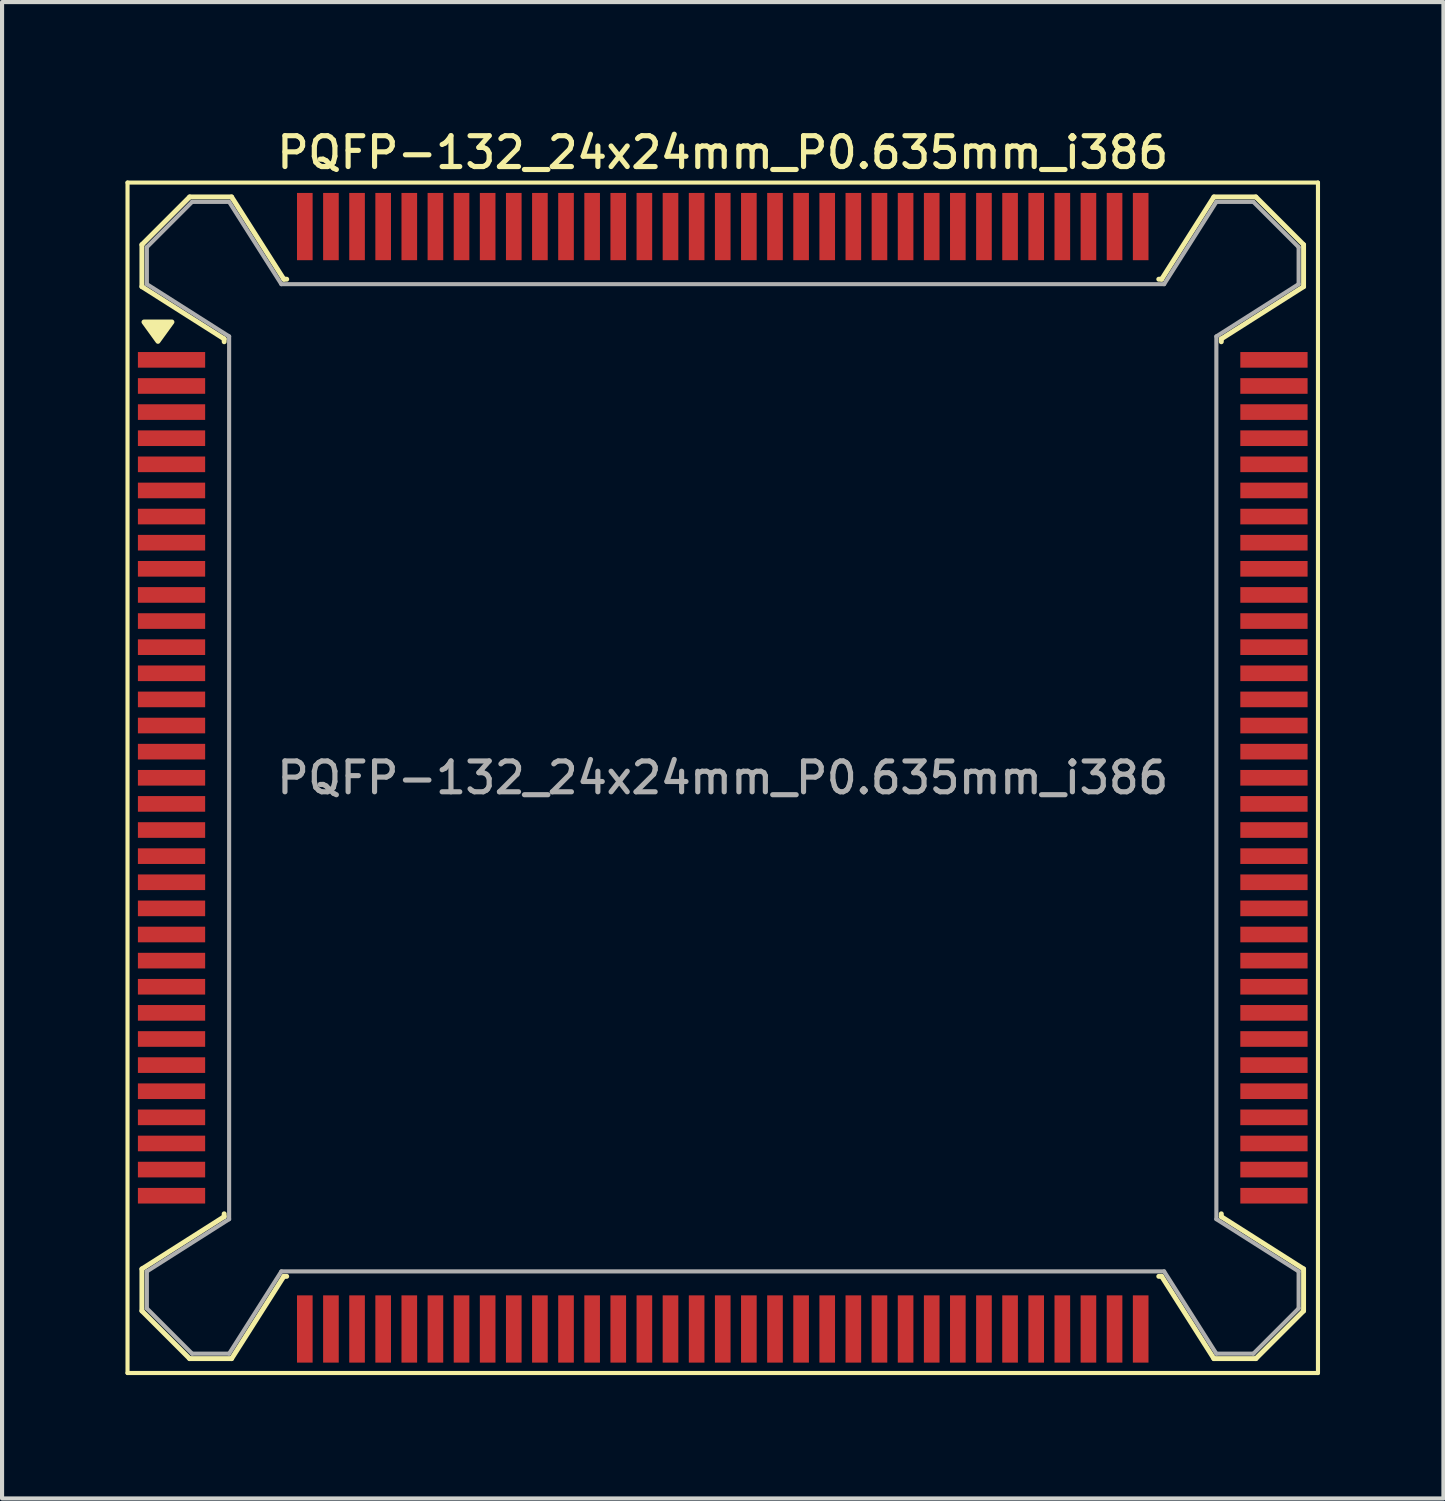
<source format=kicad_pcb>
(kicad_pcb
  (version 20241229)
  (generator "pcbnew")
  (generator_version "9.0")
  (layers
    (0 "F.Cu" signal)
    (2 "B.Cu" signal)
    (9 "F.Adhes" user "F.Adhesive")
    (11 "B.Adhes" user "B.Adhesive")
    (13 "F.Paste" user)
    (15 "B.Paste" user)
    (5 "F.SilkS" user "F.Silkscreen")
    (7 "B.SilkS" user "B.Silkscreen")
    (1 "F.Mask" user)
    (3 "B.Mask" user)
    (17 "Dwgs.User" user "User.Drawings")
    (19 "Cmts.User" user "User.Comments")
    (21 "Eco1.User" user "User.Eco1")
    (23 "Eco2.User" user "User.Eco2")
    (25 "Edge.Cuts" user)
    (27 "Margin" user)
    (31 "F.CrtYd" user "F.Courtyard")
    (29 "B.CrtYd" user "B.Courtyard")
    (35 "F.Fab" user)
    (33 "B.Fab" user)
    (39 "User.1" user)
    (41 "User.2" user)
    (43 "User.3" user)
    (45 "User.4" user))
  (footprint "PQFP-132_24x24mm_P0.635mm_i386"
    (layer "F.Cu")
    (at 14.52 15.858)
    (property "Reference" "PQFP-132_24x24mm_P0.635mm_i386" (at 0 -15.2 0) (layer "F.SilkS") (effects (font (size 0.75 0.75) (thickness 0.125))))
    (attr smd)
    (fp_line (start -14.47 -14.47) (end -14.47 14.47) (stroke (width 0.1) (type solid)) (layer "F.SilkS"))
    (fp_line (start -14.12 -12.96) (end -12.96 -14.12) (stroke (width 0.12) (type solid)) (layer "F.SilkS"))
    (fp_line (start -14.12 -11.94) (end -14.12 -12.96) (stroke (width 0.12) (type solid)) (layer "F.SilkS"))
    (fp_line (start -14.12 -11.94) (end -12.12 -10.67) (stroke (width 0.12) (type solid)) (layer "F.SilkS"))
    (fp_line (start -14.12 11.94) (end -14.12 12.96) (stroke (width 0.12) (type solid)) (layer "F.SilkS"))
    (fp_line (start -14.12 11.94) (end -12.12 10.67) (stroke (width 0.12) (type solid)) (layer "F.SilkS"))
    (fp_line (start -14.12 12.96) (end -12.96 14.12) (stroke (width 0.12) (type solid)) (layer "F.SilkS"))
    (fp_line (start -12.12 -10.67) (end -12.12 -10.6) (stroke (width 0.12) (type solid)) (layer "F.SilkS"))
    (fp_line (start -12.12 10.67) (end -12.12 10.6) (stroke (width 0.12) (type solid)) (layer "F.SilkS"))
    (fp_line (start -11.94 -14.12) (end -12.96 -14.12) (stroke (width 0.12) (type solid)) (layer "F.SilkS"))
    (fp_line (start -11.94 14.12) (end -12.96 14.12) (stroke (width 0.12) (type solid)) (layer "F.SilkS"))
    (fp_line (start -10.67 -12.12) (end -11.94 -14.12) (stroke (width 0.12) (type solid)) (layer "F.SilkS"))
    (fp_line (start -10.67 12.12) (end -11.94 14.12) (stroke (width 0.12) (type solid)) (layer "F.SilkS"))
    (fp_line (start -10.6 -12.12) (end -10.67 -12.12) (stroke (width 0.12) (type solid)) (layer "F.SilkS"))
    (fp_line (start -10.6 12.12) (end -10.67 12.12) (stroke (width 0.12) (type solid)) (layer "F.SilkS"))
    (fp_line (start 10.6 -12.12) (end 10.67 -12.12) (stroke (width 0.12) (type solid)) (layer "F.SilkS"))
    (fp_line (start 10.6 12.12) (end 10.67 12.12) (stroke (width 0.12) (type solid)) (layer "F.SilkS"))
    (fp_line (start 10.67 -12.12) (end 11.94 -14.12) (stroke (width 0.12) (type solid)) (layer "F.SilkS"))
    (fp_line (start 10.67 12.12) (end 11.94 14.12) (stroke (width 0.12) (type solid)) (layer "F.SilkS"))
    (fp_line (start 11.94 -14.12) (end 12.96 -14.12) (stroke (width 0.12) (type solid)) (layer "F.SilkS"))
    (fp_line (start 11.94 14.12) (end 12.96 14.12) (stroke (width 0.12) (type solid)) (layer "F.SilkS"))
    (fp_line (start 12.12 -10.67) (end 12.12 -10.6) (stroke (width 0.12) (type solid)) (layer "F.SilkS"))
    (fp_line (start 12.12 10.67) (end 12.12 10.6) (stroke (width 0.12) (type solid)) (layer "F.SilkS"))
    (fp_line (start 14.12 -12.96) (end 12.96 -14.12) (stroke (width 0.12) (type solid)) (layer "F.SilkS"))
    (fp_line (start 14.12 -11.94) (end 12.12 -10.67) (stroke (width 0.12) (type solid)) (layer "F.SilkS"))
    (fp_line (start 14.12 -11.94) (end 14.12 -12.96) (stroke (width 0.12) (type solid)) (layer "F.SilkS"))
    (fp_line (start 14.12 11.94) (end 12.12 10.67) (stroke (width 0.12) (type solid)) (layer "F.SilkS"))
    (fp_line (start 14.12 11.94) (end 14.12 12.96) (stroke (width 0.12) (type solid)) (layer "F.SilkS"))
    (fp_line (start 14.12 12.96) (end 12.96 14.12) (stroke (width 0.12) (type solid)) (layer "F.SilkS"))
    (fp_line (start 14.47 -14.47) (end -14.47 -14.47) (stroke (width 0.1) (type solid)) (layer "F.SilkS"))
    (fp_line (start 14.47 -14.47) (end 14.47 14.47) (stroke (width 0.1) (type solid)) (layer "F.SilkS"))
    (fp_line (start 14.47 14.47) (end -14.47 14.47) (stroke (width 0.1) (type solid)) (layer "F.SilkS"))
    (fp_poly (pts (xy -13.73 -10.61) (xy -14.07 -11.08) (xy -13.39 -11.08) (xy -13.73 -10.61)) (stroke (width 0.12) (type solid)) (fill yes) (layer "F.SilkS"))
    (fp_line (start -14 -12.9) (end -12.9 -14) (stroke (width 0.1) (type solid)) (layer "F.Fab"))
    (fp_line (start -14 -12) (end -14 -12.9) (stroke (width 0.1) (type solid)) (layer "F.Fab"))
    (fp_line (start -14 -12) (end -12 -10.73) (stroke (width 0.1) (type solid)) (layer "F.Fab"))
    (fp_line (start -14 12) (end -14 12.9) (stroke (width 0.1) (type solid)) (layer "F.Fab"))
    (fp_line (start -14 12) (end -12 10.73) (stroke (width 0.1) (type solid)) (layer "F.Fab"))
    (fp_line (start -14 12.9) (end -12.9 14) (stroke (width 0.1) (type solid)) (layer "F.Fab"))
    (fp_line (start -12.9 -14) (end -12 -14) (stroke (width 0.1) (type solid)) (layer "F.Fab"))
    (fp_line (start -12.9 14) (end -12 14) (stroke (width 0.1) (type solid)) (layer "F.Fab"))
    (fp_line (start -12 -14) (end -10.73 -12) (stroke (width 0.1) (type solid)) (layer "F.Fab"))
    (fp_line (start -12 10.73) (end -12 -10.73) (stroke (width 0.1) (type solid)) (layer "F.Fab"))
    (fp_line (start -12 14) (end -10.73 12) (stroke (width 0.1) (type solid)) (layer "F.Fab"))
    (fp_line (start -10.73 -12) (end 10.73 -12) (stroke (width 0.1) (type solid)) (layer "F.Fab"))
    (fp_line (start 10.73 12) (end -10.73 12) (stroke (width 0.1) (type solid)) (layer "F.Fab"))
    (fp_line (start 12 -14) (end 10.73 -12) (stroke (width 0.1) (type solid)) (layer "F.Fab"))
    (fp_line (start 12 -10.73) (end 12 10.73) (stroke (width 0.1) (type solid)) (layer "F.Fab"))
    (fp_line (start 12 14) (end 10.73 12) (stroke (width 0.1) (type solid)) (layer "F.Fab"))
    (fp_line (start 12.9 -14) (end 12 -14) (stroke (width 0.1) (type solid)) (layer "F.Fab"))
    (fp_line (start 12.9 14) (end 12 14) (stroke (width 0.1) (type solid)) (layer "F.Fab"))
    (fp_line (start 14 -12.9) (end 12.9 -14) (stroke (width 0.1) (type solid)) (layer "F.Fab"))
    (fp_line (start 14 -12) (end 12 -10.73) (stroke (width 0.1) (type solid)) (layer "F.Fab"))
    (fp_line (start 14 -12) (end 14 -12.9) (stroke (width 0.1) (type solid)) (layer "F.Fab"))
    (fp_line (start 14 12) (end 12 10.73) (stroke (width 0.1) (type solid)) (layer "F.Fab"))
    (fp_line (start 14 12) (end 14 12.9) (stroke (width 0.1) (type solid)) (layer "F.Fab"))
    (fp_line (start 14 12.9) (end 12.9 14) (stroke (width 0.1) (type solid)) (layer "F.Fab"))
    (fp_text user "${REFERENCE}" (at 0 0 0) (layer "F.Fab") (effects (font (size 0.75 0.75) (thickness 0.125))))
    (pad "1" smd rect (at -13.4 -10.16) (size 1.635 0.38) (layers "F.Cu" "F.Mask" "F.Paste"))
    (pad "2" smd rect (at -13.4 -9.525) (size 1.635 0.38) (layers "F.Cu" "F.Mask" "F.Paste"))
    (pad "3" smd rect (at -13.4 -8.89) (size 1.635 0.38) (layers "F.Cu" "F.Mask" "F.Paste"))
    (pad "4" smd rect (at -13.4 -8.255) (size 1.635 0.38) (layers "F.Cu" "F.Mask" "F.Paste"))
    (pad "5" smd rect (at -13.4 -7.62) (size 1.635 0.38) (layers "F.Cu" "F.Mask" "F.Paste"))
    (pad "6" smd rect (at -13.4 -6.985) (size 1.635 0.38) (layers "F.Cu" "F.Mask" "F.Paste"))
    (pad "7" smd rect (at -13.4 -6.35) (size 1.635 0.38) (layers "F.Cu" "F.Mask" "F.Paste"))
    (pad "8" smd rect (at -13.4 -5.715) (size 1.635 0.38) (layers "F.Cu" "F.Mask" "F.Paste"))
    (pad "9" smd rect (at -13.4 -5.08) (size 1.635 0.38) (layers "F.Cu" "F.Mask" "F.Paste"))
    (pad "10" smd rect (at -13.4 -4.445) (size 1.635 0.38) (layers "F.Cu" "F.Mask" "F.Paste"))
    (pad "11" smd rect (at -13.4 -3.81) (size 1.635 0.38) (layers "F.Cu" "F.Mask" "F.Paste"))
    (pad "12" smd rect (at -13.4 -3.175) (size 1.635 0.38) (layers "F.Cu" "F.Mask" "F.Paste"))
    (pad "13" smd rect (at -13.4 -2.54) (size 1.635 0.38) (layers "F.Cu" "F.Mask" "F.Paste"))
    (pad "14" smd rect (at -13.4 -1.905) (size 1.635 0.38) (layers "F.Cu" "F.Mask" "F.Paste"))
    (pad "15" smd rect (at -13.4 -1.27) (size 1.635 0.38) (layers "F.Cu" "F.Mask" "F.Paste"))
    (pad "16" smd rect (at -13.4 -0.635) (size 1.635 0.38) (layers "F.Cu" "F.Mask" "F.Paste"))
    (pad "17" smd rect (at -13.4 0) (size 1.635 0.38) (layers "F.Cu" "F.Mask" "F.Paste"))
    (pad "18" smd rect (at -13.4 0.635) (size 1.635 0.38) (layers "F.Cu" "F.Mask" "F.Paste"))
    (pad "19" smd rect (at -13.4 1.27) (size 1.635 0.38) (layers "F.Cu" "F.Mask" "F.Paste"))
    (pad "20" smd rect (at -13.4 1.905) (size 1.635 0.38) (layers "F.Cu" "F.Mask" "F.Paste"))
    (pad "21" smd rect (at -13.4 2.54) (size 1.635 0.38) (layers "F.Cu" "F.Mask" "F.Paste"))
    (pad "22" smd rect (at -13.4 3.175) (size 1.635 0.38) (layers "F.Cu" "F.Mask" "F.Paste"))
    (pad "23" smd rect (at -13.4 3.81) (size 1.635 0.38) (layers "F.Cu" "F.Mask" "F.Paste"))
    (pad "24" smd rect (at -13.4 4.445) (size 1.635 0.38) (layers "F.Cu" "F.Mask" "F.Paste"))
    (pad "25" smd rect (at -13.4 5.08) (size 1.635 0.38) (layers "F.Cu" "F.Mask" "F.Paste"))
    (pad "26" smd rect (at -13.4 5.715) (size 1.635 0.38) (layers "F.Cu" "F.Mask" "F.Paste"))
    (pad "27" smd rect (at -13.4 6.35) (size 1.635 0.38) (layers "F.Cu" "F.Mask" "F.Paste"))
    (pad "28" smd rect (at -13.4 6.985) (size 1.635 0.38) (layers "F.Cu" "F.Mask" "F.Paste"))
    (pad "29" smd rect (at -13.4 7.62) (size 1.635 0.38) (layers "F.Cu" "F.Mask" "F.Paste"))
    (pad "30" smd rect (at -13.4 8.255) (size 1.635 0.38) (layers "F.Cu" "F.Mask" "F.Paste"))
    (pad "31" smd rect (at -13.4 8.89) (size 1.635 0.38) (layers "F.Cu" "F.Mask" "F.Paste"))
    (pad "32" smd rect (at -13.4 9.525) (size 1.635 0.38) (layers "F.Cu" "F.Mask" "F.Paste"))
    (pad "33" smd rect (at -13.4 10.16) (size 1.635 0.38) (layers "F.Cu" "F.Mask" "F.Paste"))
    (pad "34" smd rect (at -10.16 13.4) (size 0.38 1.635) (layers "F.Cu" "F.Mask" "F.Paste"))
    (pad "35" smd rect (at -9.525 13.4) (size 0.38 1.635) (layers "F.Cu" "F.Mask" "F.Paste"))
    (pad "36" smd rect (at -8.89 13.4) (size 0.38 1.635) (layers "F.Cu" "F.Mask" "F.Paste"))
    (pad "37" smd rect (at -8.255 13.4) (size 0.38 1.635) (layers "F.Cu" "F.Mask" "F.Paste"))
    (pad "38" smd rect (at -7.62 13.4) (size 0.38 1.635) (layers "F.Cu" "F.Mask" "F.Paste"))
    (pad "39" smd rect (at -6.985 13.4) (size 0.38 1.635) (layers "F.Cu" "F.Mask" "F.Paste"))
    (pad "40" smd rect (at -6.35 13.4) (size 0.38 1.635) (layers "F.Cu" "F.Mask" "F.Paste"))
    (pad "41" smd rect (at -5.715 13.4) (size 0.38 1.635) (layers "F.Cu" "F.Mask" "F.Paste"))
    (pad "42" smd rect (at -5.08 13.4) (size 0.38 1.635) (layers "F.Cu" "F.Mask" "F.Paste"))
    (pad "43" smd rect (at -4.445 13.4) (size 0.38 1.635) (layers "F.Cu" "F.Mask" "F.Paste"))
    (pad "44" smd rect (at -3.81 13.4) (size 0.38 1.635) (layers "F.Cu" "F.Mask" "F.Paste"))
    (pad "45" smd rect (at -3.175 13.4) (size 0.38 1.635) (layers "F.Cu" "F.Mask" "F.Paste"))
    (pad "46" smd rect (at -2.54 13.4) (size 0.38 1.635) (layers "F.Cu" "F.Mask" "F.Paste"))
    (pad "47" smd rect (at -1.905 13.4) (size 0.38 1.635) (layers "F.Cu" "F.Mask" "F.Paste"))
    (pad "48" smd rect (at -1.27 13.4) (size 0.38 1.635) (layers "F.Cu" "F.Mask" "F.Paste"))
    (pad "49" smd rect (at -0.635 13.4) (size 0.38 1.635) (layers "F.Cu" "F.Mask" "F.Paste"))
    (pad "50" smd rect (at 0 13.4) (size 0.38 1.635) (layers "F.Cu" "F.Mask" "F.Paste"))
    (pad "51" smd rect (at 0.635 13.4) (size 0.38 1.635) (layers "F.Cu" "F.Mask" "F.Paste"))
    (pad "52" smd rect (at 1.27 13.4) (size 0.38 1.635) (layers "F.Cu" "F.Mask" "F.Paste"))
    (pad "53" smd rect (at 1.905 13.4) (size 0.38 1.635) (layers "F.Cu" "F.Mask" "F.Paste"))
    (pad "54" smd rect (at 2.54 13.4) (size 0.38 1.635) (layers "F.Cu" "F.Mask" "F.Paste"))
    (pad "55" smd rect (at 3.175 13.4) (size 0.38 1.635) (layers "F.Cu" "F.Mask" "F.Paste"))
    (pad "56" smd rect (at 3.81 13.4) (size 0.38 1.635) (layers "F.Cu" "F.Mask" "F.Paste"))
    (pad "57" smd rect (at 4.445 13.4) (size 0.38 1.635) (layers "F.Cu" "F.Mask" "F.Paste"))
    (pad "58" smd rect (at 5.08 13.4) (size 0.38 1.635) (layers "F.Cu" "F.Mask" "F.Paste"))
    (pad "59" smd rect (at 5.715 13.4) (size 0.38 1.635) (layers "F.Cu" "F.Mask" "F.Paste"))
    (pad "60" smd rect (at 6.35 13.4) (size 0.38 1.635) (layers "F.Cu" "F.Mask" "F.Paste"))
    (pad "61" smd rect (at 6.985 13.4) (size 0.38 1.635) (layers "F.Cu" "F.Mask" "F.Paste"))
    (pad "62" smd rect (at 7.62 13.4) (size 0.38 1.635) (layers "F.Cu" "F.Mask" "F.Paste"))
    (pad "63" smd rect (at 8.255 13.4) (size 0.38 1.635) (layers "F.Cu" "F.Mask" "F.Paste"))
    (pad "64" smd rect (at 8.89 13.4) (size 0.38 1.635) (layers "F.Cu" "F.Mask" "F.Paste"))
    (pad "65" smd rect (at 9.525 13.4) (size 0.38 1.635) (layers "F.Cu" "F.Mask" "F.Paste"))
    (pad "66" smd rect (at 10.16 13.4) (size 0.38 1.635) (layers "F.Cu" "F.Mask" "F.Paste"))
    (pad "67" smd rect (at 13.4 10.16) (size 1.635 0.38) (layers "F.Cu" "F.Mask" "F.Paste"))
    (pad "68" smd rect (at 13.4 9.525) (size 1.635 0.38) (layers "F.Cu" "F.Mask" "F.Paste"))
    (pad "69" smd rect (at 13.4 8.89) (size 1.635 0.38) (layers "F.Cu" "F.Mask" "F.Paste"))
    (pad "70" smd rect (at 13.4 8.255) (size 1.635 0.38) (layers "F.Cu" "F.Mask" "F.Paste"))
    (pad "71" smd rect (at 13.4 7.62) (size 1.635 0.38) (layers "F.Cu" "F.Mask" "F.Paste"))
    (pad "72" smd rect (at 13.4 6.985) (size 1.635 0.38) (layers "F.Cu" "F.Mask" "F.Paste"))
    (pad "73" smd rect (at 13.4 6.35) (size 1.635 0.38) (layers "F.Cu" "F.Mask" "F.Paste"))
    (pad "74" smd rect (at 13.4 5.715) (size 1.635 0.38) (layers "F.Cu" "F.Mask" "F.Paste"))
    (pad "75" smd rect (at 13.4 5.08) (size 1.635 0.38) (layers "F.Cu" "F.Mask" "F.Paste"))
    (pad "76" smd rect (at 13.4 4.445) (size 1.635 0.38) (layers "F.Cu" "F.Mask" "F.Paste"))
    (pad "77" smd rect (at 13.4 3.81) (size 1.635 0.38) (layers "F.Cu" "F.Mask" "F.Paste"))
    (pad "78" smd rect (at 13.4 3.175) (size 1.635 0.38) (layers "F.Cu" "F.Mask" "F.Paste"))
    (pad "79" smd rect (at 13.4 2.54) (size 1.635 0.38) (layers "F.Cu" "F.Mask" "F.Paste"))
    (pad "80" smd rect (at 13.4 1.905) (size 1.635 0.38) (layers "F.Cu" "F.Mask" "F.Paste"))
    (pad "81" smd rect (at 13.4 1.27) (size 1.635 0.38) (layers "F.Cu" "F.Mask" "F.Paste"))
    (pad "82" smd rect (at 13.4 0.635) (size 1.635 0.38) (layers "F.Cu" "F.Mask" "F.Paste"))
    (pad "83" smd rect (at 13.4 0) (size 1.635 0.38) (layers "F.Cu" "F.Mask" "F.Paste"))
    (pad "84" smd rect (at 13.4 -0.635) (size 1.635 0.38) (layers "F.Cu" "F.Mask" "F.Paste"))
    (pad "85" smd rect (at 13.4 -1.27) (size 1.635 0.38) (layers "F.Cu" "F.Mask" "F.Paste"))
    (pad "86" smd rect (at 13.4 -1.905) (size 1.635 0.38) (layers "F.Cu" "F.Mask" "F.Paste"))
    (pad "87" smd rect (at 13.4 -2.54) (size 1.635 0.38) (layers "F.Cu" "F.Mask" "F.Paste"))
    (pad "88" smd rect (at 13.4 -3.175) (size 1.635 0.38) (layers "F.Cu" "F.Mask" "F.Paste"))
    (pad "89" smd rect (at 13.4 -3.81) (size 1.635 0.38) (layers "F.Cu" "F.Mask" "F.Paste"))
    (pad "90" smd rect (at 13.4 -4.445) (size 1.635 0.38) (layers "F.Cu" "F.Mask" "F.Paste"))
    (pad "91" smd rect (at 13.4 -5.08) (size 1.635 0.38) (layers "F.Cu" "F.Mask" "F.Paste"))
    (pad "92" smd rect (at 13.4 -5.715) (size 1.635 0.38) (layers "F.Cu" "F.Mask" "F.Paste"))
    (pad "93" smd rect (at 13.4 -6.35) (size 1.635 0.38) (layers "F.Cu" "F.Mask" "F.Paste"))
    (pad "94" smd rect (at 13.4 -6.985) (size 1.635 0.38) (layers "F.Cu" "F.Mask" "F.Paste"))
    (pad "95" smd rect (at 13.4 -7.62) (size 1.635 0.38) (layers "F.Cu" "F.Mask" "F.Paste"))
    (pad "96" smd rect (at 13.4 -8.255) (size 1.635 0.38) (layers "F.Cu" "F.Mask" "F.Paste"))
    (pad "97" smd rect (at 13.4 -8.89) (size 1.635 0.38) (layers "F.Cu" "F.Mask" "F.Paste"))
    (pad "98" smd rect (at 13.4 -9.525) (size 1.635 0.38) (layers "F.Cu" "F.Mask" "F.Paste"))
    (pad "99" smd rect (at 13.4 -10.16) (size 1.635 0.38) (layers "F.Cu" "F.Mask" "F.Paste"))
    (pad "100" smd rect (at 10.16 -13.4) (size 0.38 1.635) (layers "F.Cu" "F.Mask" "F.Paste"))
    (pad "101" smd rect (at 9.525 -13.4) (size 0.38 1.635) (layers "F.Cu" "F.Mask" "F.Paste"))
    (pad "102" smd rect (at 8.89 -13.4) (size 0.38 1.635) (layers "F.Cu" "F.Mask" "F.Paste"))
    (pad "103" smd rect (at 8.255 -13.4) (size 0.38 1.635) (layers "F.Cu" "F.Mask" "F.Paste"))
    (pad "104" smd rect (at 7.62 -13.4) (size 0.38 1.635) (layers "F.Cu" "F.Mask" "F.Paste"))
    (pad "105" smd rect (at 6.985 -13.4) (size 0.38 1.635) (layers "F.Cu" "F.Mask" "F.Paste"))
    (pad "106" smd rect (at 6.35 -13.4) (size 0.38 1.635) (layers "F.Cu" "F.Mask" "F.Paste"))
    (pad "107" smd rect (at 5.715 -13.4) (size 0.38 1.635) (layers "F.Cu" "F.Mask" "F.Paste"))
    (pad "108" smd rect (at 5.08 -13.4) (size 0.38 1.635) (layers "F.Cu" "F.Mask" "F.Paste"))
    (pad "109" smd rect (at 4.445 -13.4) (size 0.38 1.635) (layers "F.Cu" "F.Mask" "F.Paste"))
    (pad "110" smd rect (at 3.81 -13.4) (size 0.38 1.635) (layers "F.Cu" "F.Mask" "F.Paste"))
    (pad "111" smd rect (at 3.175 -13.4) (size 0.38 1.635) (layers "F.Cu" "F.Mask" "F.Paste"))
    (pad "112" smd rect (at 2.54 -13.4) (size 0.38 1.635) (layers "F.Cu" "F.Mask" "F.Paste"))
    (pad "113" smd rect (at 1.905 -13.4) (size 0.38 1.635) (layers "F.Cu" "F.Mask" "F.Paste"))
    (pad "114" smd rect (at 1.27 -13.4) (size 0.38 1.635) (layers "F.Cu" "F.Mask" "F.Paste"))
    (pad "115" smd rect (at 0.635 -13.4) (size 0.38 1.635) (layers "F.Cu" "F.Mask" "F.Paste"))
    (pad "116" smd rect (at 0 -13.4) (size 0.38 1.635) (layers "F.Cu" "F.Mask" "F.Paste"))
    (pad "117" smd rect (at -0.635 -13.4) (size 0.38 1.635) (layers "F.Cu" "F.Mask" "F.Paste"))
    (pad "118" smd rect (at -1.27 -13.4) (size 0.38 1.635) (layers "F.Cu" "F.Mask" "F.Paste"))
    (pad "119" smd rect (at -1.905 -13.4) (size 0.38 1.635) (layers "F.Cu" "F.Mask" "F.Paste"))
    (pad "120" smd rect (at -2.54 -13.4) (size 0.38 1.635) (layers "F.Cu" "F.Mask" "F.Paste"))
    (pad "121" smd rect (at -3.175 -13.4) (size 0.38 1.635) (layers "F.Cu" "F.Mask" "F.Paste"))
    (pad "122" smd rect (at -3.81 -13.4) (size 0.38 1.635) (layers "F.Cu" "F.Mask" "F.Paste"))
    (pad "123" smd rect (at -4.445 -13.4) (size 0.38 1.635) (layers "F.Cu" "F.Mask" "F.Paste"))
    (pad "124" smd rect (at -5.08 -13.4) (size 0.38 1.635) (layers "F.Cu" "F.Mask" "F.Paste"))
    (pad "125" smd rect (at -5.715 -13.4) (size 0.38 1.635) (layers "F.Cu" "F.Mask" "F.Paste"))
    (pad "126" smd rect (at -6.35 -13.4) (size 0.38 1.635) (layers "F.Cu" "F.Mask" "F.Paste"))
    (pad "127" smd rect (at -6.985 -13.4) (size 0.38 1.635) (layers "F.Cu" "F.Mask" "F.Paste"))
    (pad "128" smd rect (at -7.62 -13.4) (size 0.38 1.635) (layers "F.Cu" "F.Mask" "F.Paste"))
    (pad "129" smd rect (at -8.255 -13.4) (size 0.38 1.635) (layers "F.Cu" "F.Mask" "F.Paste"))
    (pad "130" smd rect (at -8.89 -13.4) (size 0.38 1.635) (layers "F.Cu" "F.Mask" "F.Paste"))
    (pad "131" smd rect (at -9.525 -13.4) (size 0.38 1.635) (layers "F.Cu" "F.Mask" "F.Paste"))
    (pad "132" smd rect (at -10.16 -13.4) (size 0.38 1.635) (layers "F.Cu" "F.Mask" "F.Paste")))
  (gr_rect
    (start -3 -3)
    (end 32.04 33.378)
    (stroke (width 0.1) (type default))
    (fill no)
    (layer "Edge.Cuts")))
</source>
